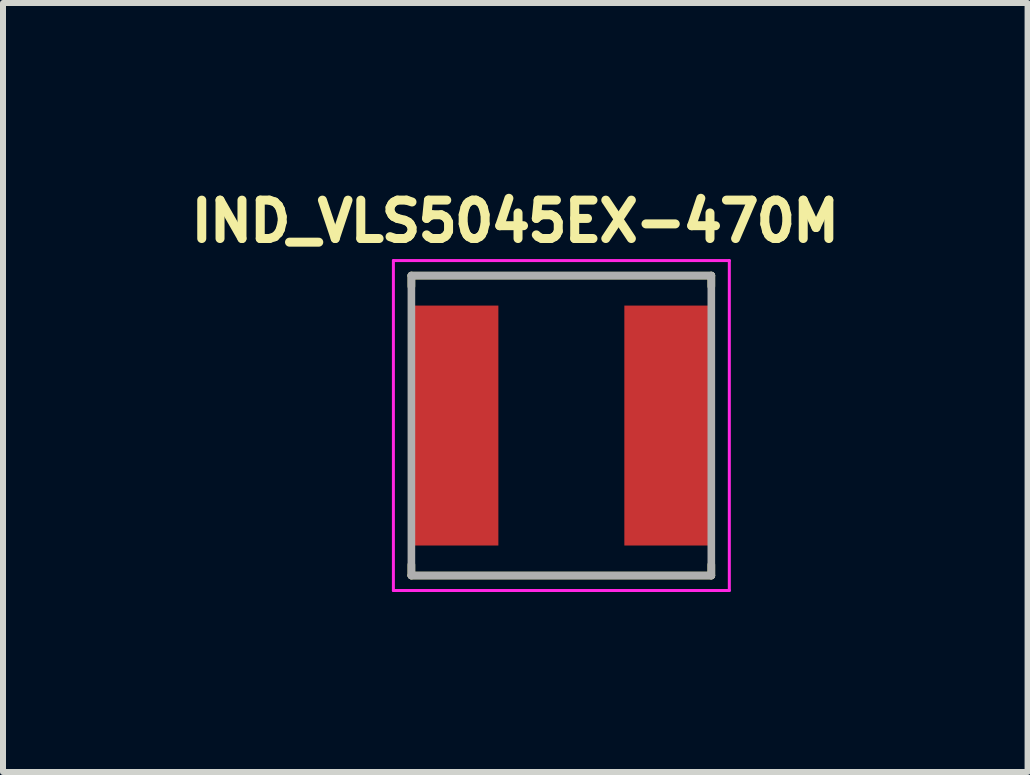
<source format=kicad_pcb>
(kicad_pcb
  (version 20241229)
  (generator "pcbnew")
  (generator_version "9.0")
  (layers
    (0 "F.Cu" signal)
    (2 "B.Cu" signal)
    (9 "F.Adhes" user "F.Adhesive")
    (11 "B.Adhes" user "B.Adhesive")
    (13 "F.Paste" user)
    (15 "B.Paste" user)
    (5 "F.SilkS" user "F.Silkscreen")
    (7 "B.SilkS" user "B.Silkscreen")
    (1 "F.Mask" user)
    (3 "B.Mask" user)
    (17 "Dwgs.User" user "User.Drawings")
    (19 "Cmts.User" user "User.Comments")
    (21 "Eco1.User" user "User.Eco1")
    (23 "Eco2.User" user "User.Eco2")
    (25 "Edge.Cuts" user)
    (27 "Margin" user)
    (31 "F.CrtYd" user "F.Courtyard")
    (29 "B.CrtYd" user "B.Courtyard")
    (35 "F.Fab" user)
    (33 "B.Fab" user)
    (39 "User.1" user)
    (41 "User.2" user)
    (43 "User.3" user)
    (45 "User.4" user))
  (footprint "IND_VLS5045EX-470M"
    (layer "F.Cu")
    (at 6.308 4.044)
    (property "Reference" "IND_VLS5045EX-470M" (at -0.768 -3.406 0) (layer "F.SilkS") (effects (font (size 0.64 0.64) (thickness 0.15))))
    (attr through_hole)
    (fp_line (start -2.5 -2.5) (end -2.5 -2.32) (stroke (width 0.127) (type solid)) (layer "F.SilkS"))
    (fp_line (start -2.5 -2.5) (end 2.5 -2.5) (stroke (width 0.127) (type solid)) (layer "F.SilkS"))
    (fp_line (start -2.5 2.5) (end -2.5 2.32) (stroke (width 0.127) (type solid)) (layer "F.SilkS"))
    (fp_line (start -2.5 2.5) (end 2.5 2.5) (stroke (width 0.127) (type solid)) (layer "F.SilkS"))
    (fp_line (start 2.5 -2.5) (end 2.5 -2.32) (stroke (width 0.127) (type solid)) (layer "F.SilkS"))
    (fp_line (start 2.5 2.5) (end 2.5 2.32) (stroke (width 0.127) (type solid)) (layer "F.SilkS"))
    (fp_line (start -2.8 -2.75) (end -2.8 2.75) (stroke (width 0.05) (type solid)) (layer "F.CrtYd"))
    (fp_line (start -2.8 2.75) (end 2.8 2.75) (stroke (width 0.05) (type solid)) (layer "F.CrtYd"))
    (fp_line (start 2.8 -2.75) (end -2.8 -2.75) (stroke (width 0.05) (type solid)) (layer "F.CrtYd"))
    (fp_line (start 2.8 2.75) (end 2.8 -2.75) (stroke (width 0.05) (type solid)) (layer "F.CrtYd"))
    (fp_line (start -2.5 -2.5) (end -2.5 2.5) (stroke (width 0.127) (type solid)) (layer "F.Fab"))
    (fp_line (start -2.5 -2.5) (end 2.5 -2.5) (stroke (width 0.127) (type solid)) (layer "F.Fab"))
    (fp_line (start -2.5 2.5) (end 2.5 2.5) (stroke (width 0.127) (type solid)) (layer "F.Fab"))
    (fp_line (start 2.5 -2.5) (end 2.5 2.5) (stroke (width 0.127) (type solid)) (layer "F.Fab"))
    (pad "1" smd rect (at -1.8 0) (size 1.5 4) (layers "F.Cu" "F.Mask" "F.Paste"))
    (pad "2" smd rect (at 1.8 0) (size 1.5 4) (layers "F.Cu" "F.Mask" "F.Paste")))
  (gr_rect
    (start -3 -3)
    (end 14.08 9.819)
    (stroke (width 0.1) (type default))
    (fill no)
    (layer "Edge.Cuts")))
</source>
